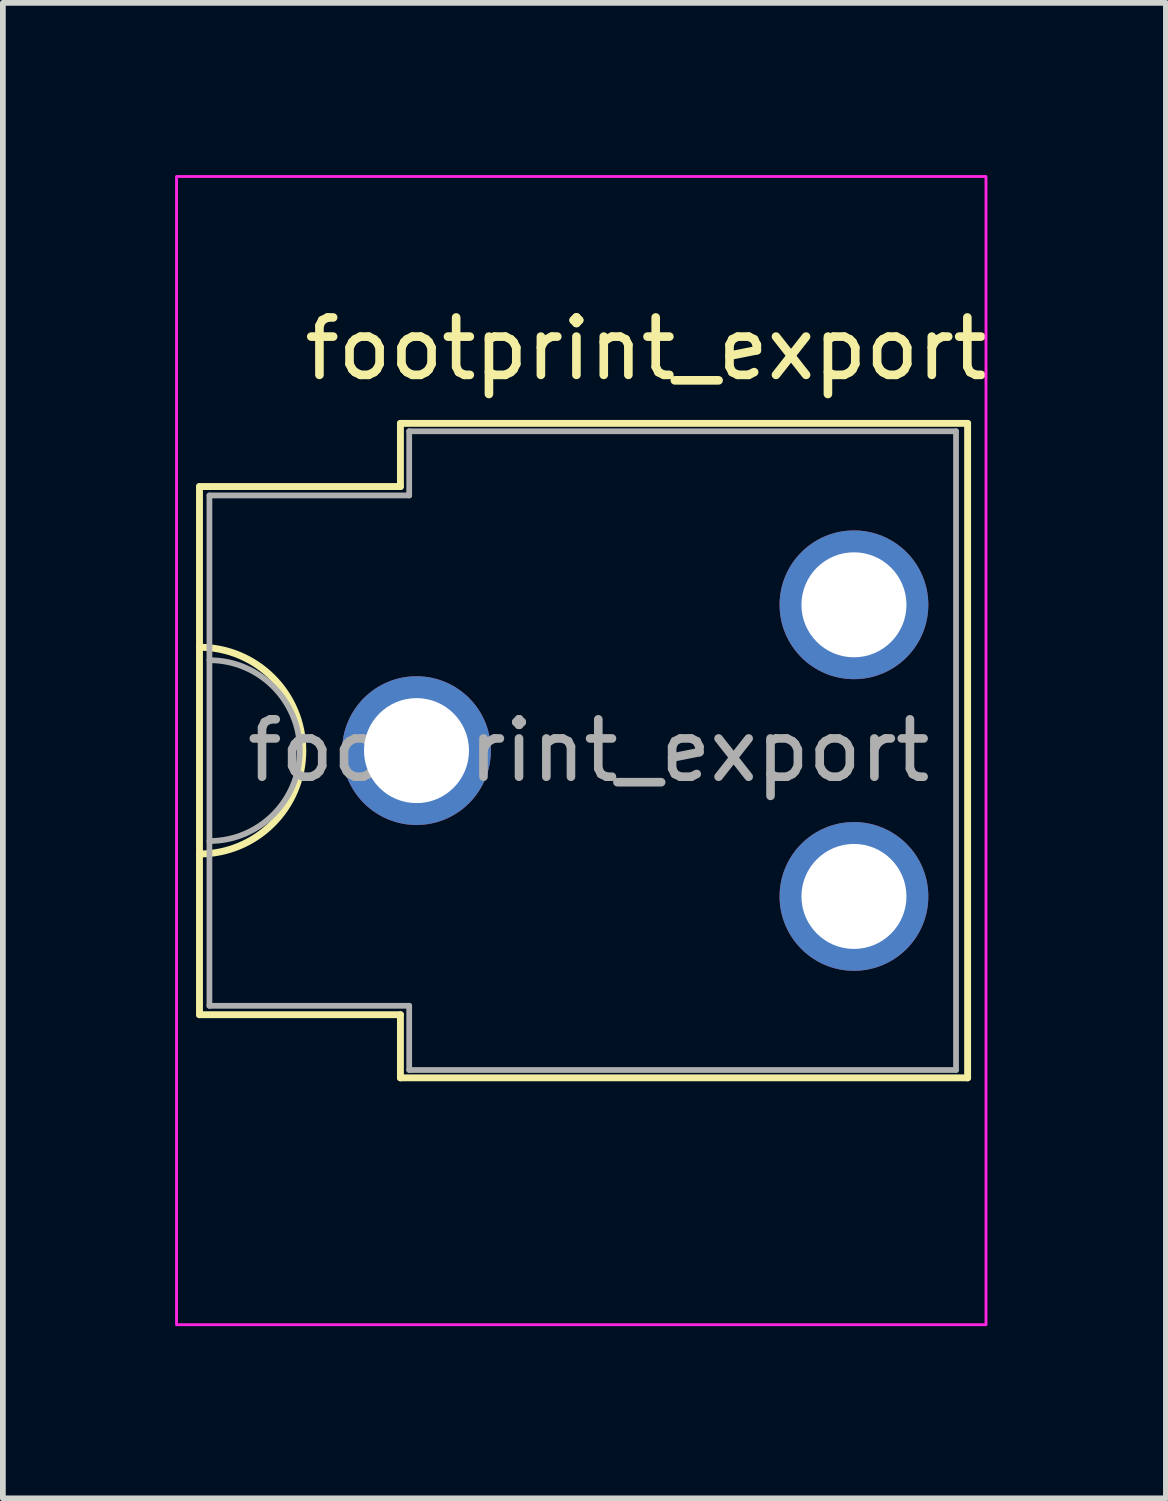
<source format=kicad_pcb>
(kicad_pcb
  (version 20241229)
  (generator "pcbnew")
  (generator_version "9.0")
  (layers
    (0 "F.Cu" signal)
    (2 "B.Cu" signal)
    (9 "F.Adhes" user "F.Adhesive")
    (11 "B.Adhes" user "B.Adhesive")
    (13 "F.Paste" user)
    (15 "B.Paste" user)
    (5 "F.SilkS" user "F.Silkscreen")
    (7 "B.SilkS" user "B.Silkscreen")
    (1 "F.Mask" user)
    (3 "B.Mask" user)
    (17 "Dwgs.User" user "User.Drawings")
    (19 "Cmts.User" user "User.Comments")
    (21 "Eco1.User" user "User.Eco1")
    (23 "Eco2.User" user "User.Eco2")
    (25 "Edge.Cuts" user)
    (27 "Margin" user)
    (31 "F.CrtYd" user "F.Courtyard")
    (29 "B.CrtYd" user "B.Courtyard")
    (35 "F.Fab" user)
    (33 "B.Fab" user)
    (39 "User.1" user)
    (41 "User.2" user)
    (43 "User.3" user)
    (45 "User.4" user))
  (footprint "footprint_export"
    (layer "F.Cu")
    (at 4.205 10.025)
    (property "Reference" "footprint_export" (at 4 -7 0) (layer "F.SilkS") (effects (font (size 1 1) (thickness 0.15))))
    (attr through_hole)
    (fp_line (start -3.78 -4.6) (end -3.78 4.6) (stroke (width 0.12) (type default)) (layer "F.SilkS"))
    (fp_line (start -3.78 4.6) (end -0.28 4.6) (stroke (width 0.12) (type default)) (layer "F.SilkS"))
    (fp_line (start -0.28 -5.7) (end -0.28 -4.6) (stroke (width 0.12) (type default)) (layer "F.SilkS"))
    (fp_line (start -0.28 -4.6) (end -3.78 -4.6) (stroke (width 0.12) (type default)) (layer "F.SilkS"))
    (fp_line (start -0.28 4.6) (end -0.28 5.7) (stroke (width 0.12) (type default)) (layer "F.SilkS"))
    (fp_line (start -0.28 5.7) (end 9.6 5.7) (stroke (width 0.12) (type default)) (layer "F.SilkS"))
    (fp_line (start 9.6 -5.7) (end -0.28 -5.7) (stroke (width 0.12) (type default)) (layer "F.SilkS"))
    (fp_line (start 9.6 5.7) (end 9.6 -5.7) (stroke (width 0.12) (type default)) (layer "F.SilkS"))
    (fp_arc (start -3.78 -1.8) (mid -1.98 0) (end -3.78 1.8) (stroke (width 0.12) (type default)) (layer "F.SilkS"))
    (fp_rect (start 9.92 10) (end -4.18 -10) (stroke (width 0.05) (type default)) (fill no) (layer "F.CrtYd"))
    (fp_line (start -3.607 -4.445) (end -0.127 -4.445) (stroke (width 0.1) (type default)) (layer "F.Fab"))
    (fp_line (start -3.607 4.445) (end -3.607 -4.445) (stroke (width 0.1) (type default)) (layer "F.Fab"))
    (fp_line (start -3.607 4.445) (end -0.127 4.445) (stroke (width 0.1) (type default)) (layer "F.Fab"))
    (fp_line (start -0.127 -5.563) (end -0.127 -4.445) (stroke (width 0.1) (type default)) (layer "F.Fab"))
    (fp_line (start -0.127 -5.563) (end 9.398 -5.563) (stroke (width 0.1) (type default)) (layer "F.Fab"))
    (fp_line (start -0.127 5.563) (end -0.127 4.445) (stroke (width 0.1) (type default)) (layer "F.Fab"))
    (fp_line (start -0.127 5.563) (end 9.398 5.563) (stroke (width 0.1) (type default)) (layer "F.Fab"))
    (fp_line (start 9.398 5.563) (end 9.398 -5.563) (stroke (width 0.1) (type default)) (layer "F.Fab"))
    (fp_arc (start -3.6068 -1.5748) (mid -2.032 0) (end -3.6068 1.5748) (stroke (width 0.1) (type default)) (layer "F.Fab"))
    (fp_text user "${REFERENCE}" (at 3 0 0) (layer "F.Fab") (effects (font (size 1 1) (thickness 0.15))))
    (pad "1" thru_hole circle (at 0 0 180) (size 2.591 2.591) (drill 1.829) (layers "*.Cu" "*.Mask"))
    (pad "1" thru_hole circle (at 7.62 -2.54 180) (size 2.591 2.591) (drill 1.829) (layers "*.Cu" "*.Mask"))
    (pad "1" thru_hole circle (at 7.62 2.54 180) (size 2.591 2.591) (drill 1.829) (layers "*.Cu" "*.Mask")))
  (gr_rect
    (start -3 -3)
    (end 17.259 23.05)
    (stroke (width 0.1) (type default))
    (fill no)
    (layer "Edge.Cuts")))
</source>
